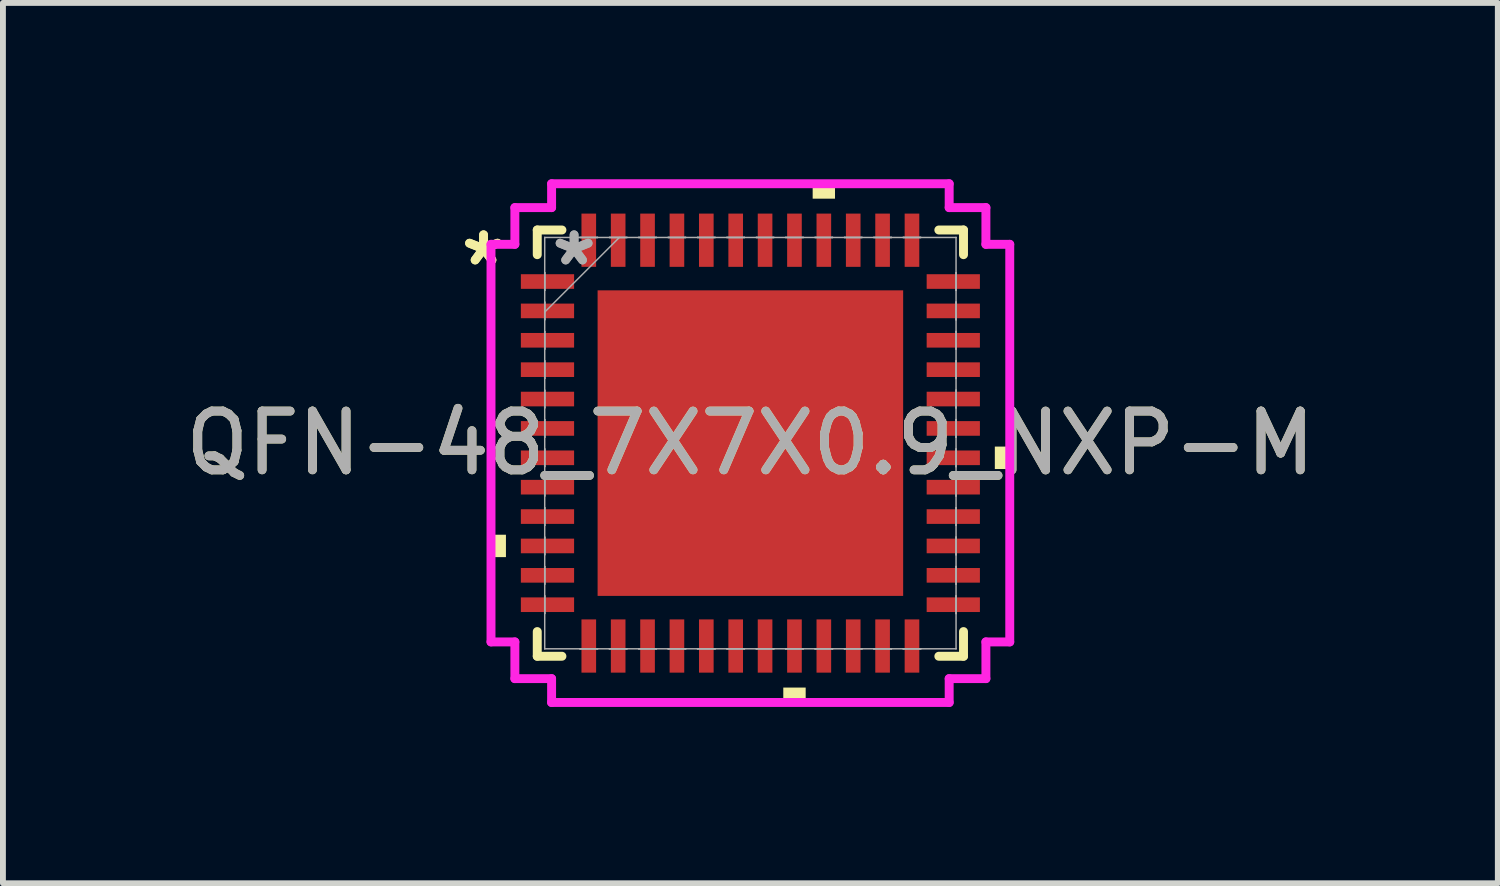
<source format=kicad_pcb>
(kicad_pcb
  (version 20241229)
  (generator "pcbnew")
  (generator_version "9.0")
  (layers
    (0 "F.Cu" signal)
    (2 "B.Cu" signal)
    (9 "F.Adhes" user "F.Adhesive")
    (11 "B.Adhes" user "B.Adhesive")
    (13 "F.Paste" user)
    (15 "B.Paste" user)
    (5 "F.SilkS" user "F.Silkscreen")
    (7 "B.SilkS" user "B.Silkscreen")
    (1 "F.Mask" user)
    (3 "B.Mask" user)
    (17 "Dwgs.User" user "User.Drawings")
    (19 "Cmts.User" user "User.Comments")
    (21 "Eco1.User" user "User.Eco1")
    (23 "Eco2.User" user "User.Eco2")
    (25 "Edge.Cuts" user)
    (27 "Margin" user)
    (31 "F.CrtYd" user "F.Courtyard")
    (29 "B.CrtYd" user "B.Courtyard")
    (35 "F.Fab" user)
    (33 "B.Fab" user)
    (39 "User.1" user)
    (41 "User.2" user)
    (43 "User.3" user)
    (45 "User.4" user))
  (footprint "QFN-48_7X7X0.9_NXP-M"
    (layer "F.Cu")
    (at 9.72 4.491)
    (property "Reference" "QFN-48_7X7X0.9_NXP-M" (at 0 0 0) (unlocked yes) (layer "F.SilkS") (effects (font (size 1 1) (thickness 0.15))))
    (attr smd)
    (fp_line (start -3.627 -3.627) (end -3.627 -3.207) (stroke (width 0.152) (type solid)) (layer "F.SilkS"))
    (fp_line (start -3.627 3.207) (end -3.627 3.627) (stroke (width 0.152) (type solid)) (layer "F.SilkS"))
    (fp_line (start -3.627 3.627) (end -3.207 3.627) (stroke (width 0.152) (type solid)) (layer "F.SilkS"))
    (fp_line (start -3.207 -3.627) (end -3.627 -3.627) (stroke (width 0.152) (type solid)) (layer "F.SilkS"))
    (fp_line (start 3.207 3.627) (end 3.627 3.627) (stroke (width 0.152) (type solid)) (layer "F.SilkS"))
    (fp_line (start 3.627 -3.627) (end 3.207 -3.627) (stroke (width 0.152) (type solid)) (layer "F.SilkS"))
    (fp_line (start 3.627 -3.207) (end 3.627 -3.627) (stroke (width 0.152) (type solid)) (layer "F.SilkS"))
    (fp_line (start 3.627 3.627) (end 3.627 3.207) (stroke (width 0.152) (type solid)) (layer "F.SilkS"))
    (fp_poly (pts (xy -4.414 1.559) (xy -4.414 1.94) (xy -4.16 1.94) (xy -4.16 1.559)) (stroke (width 0) (type solid)) (fill yes) (layer "F.SilkS"))
    (fp_poly (pts (xy 0.56 4.16) (xy 0.56 4.414) (xy 0.941 4.414) (xy 0.941 4.16)) (stroke (width 0) (type solid)) (fill yes) (layer "F.SilkS"))
    (fp_poly (pts (xy 1.06 -4.16) (xy 1.06 -4.414) (xy 1.44 -4.414) (xy 1.44 -4.16)) (stroke (width 0) (type solid)) (fill yes) (layer "F.SilkS"))
    (fp_poly (pts (xy 4.414 0.059) (xy 4.414 0.441) (xy 4.16 0.441) (xy 4.16 0.059)) (stroke (width 0) (type solid)) (fill yes) (layer "F.SilkS"))
    (fp_poly (pts (xy -2.5 -2.5) (xy -2.5 -1.4) (xy -1.4 -1.4) (xy -1.4 -2.5)) (stroke (width 0) (type solid)) (fill yes) (layer "F.Paste"))
    (fp_poly (pts (xy -2.5 -1.2) (xy -2.5 -0.1) (xy -1.4 -0.1) (xy -1.4 -1.2)) (stroke (width 0) (type solid)) (fill yes) (layer "F.Paste"))
    (fp_poly (pts (xy -2.5 0.1) (xy -2.5 1.2) (xy -1.4 1.2) (xy -1.4 0.1)) (stroke (width 0) (type solid)) (fill yes) (layer "F.Paste"))
    (fp_poly (pts (xy -2.5 1.4) (xy -2.5 2.5) (xy -1.4 2.5) (xy -1.4 1.4)) (stroke (width 0) (type solid)) (fill yes) (layer "F.Paste"))
    (fp_poly (pts (xy -1.2 -2.5) (xy -1.2 -1.4) (xy -0.1 -1.4) (xy -0.1 -2.5)) (stroke (width 0) (type solid)) (fill yes) (layer "F.Paste"))
    (fp_poly (pts (xy -1.2 -1.2) (xy -1.2 -0.1) (xy -0.1 -0.1) (xy -0.1 -1.2)) (stroke (width 0) (type solid)) (fill yes) (layer "F.Paste"))
    (fp_poly (pts (xy -1.2 0.1) (xy -1.2 1.2) (xy -0.1 1.2) (xy -0.1 0.1)) (stroke (width 0) (type solid)) (fill yes) (layer "F.Paste"))
    (fp_poly (pts (xy -1.2 1.4) (xy -1.2 2.5) (xy -0.1 2.5) (xy -0.1 1.4)) (stroke (width 0) (type solid)) (fill yes) (layer "F.Paste"))
    (fp_poly (pts (xy 0.1 -2.5) (xy 0.1 -1.4) (xy 1.2 -1.4) (xy 1.2 -2.5)) (stroke (width 0) (type solid)) (fill yes) (layer "F.Paste"))
    (fp_poly (pts (xy 0.1 -1.2) (xy 0.1 -0.1) (xy 1.2 -0.1) (xy 1.2 -1.2)) (stroke (width 0) (type solid)) (fill yes) (layer "F.Paste"))
    (fp_poly (pts (xy 0.1 0.1) (xy 0.1 1.2) (xy 1.2 1.2) (xy 1.2 0.1)) (stroke (width 0) (type solid)) (fill yes) (layer "F.Paste"))
    (fp_poly (pts (xy 0.1 1.4) (xy 0.1 2.5) (xy 1.2 2.5) (xy 1.2 1.4)) (stroke (width 0) (type solid)) (fill yes) (layer "F.Paste"))
    (fp_poly (pts (xy 1.4 -2.5) (xy 1.4 -1.4) (xy 2.5 -1.4) (xy 2.5 -2.5)) (stroke (width 0) (type solid)) (fill yes) (layer "F.Paste"))
    (fp_poly (pts (xy 1.4 -1.2) (xy 1.4 -0.1) (xy 2.5 -0.1) (xy 2.5 -1.2)) (stroke (width 0) (type solid)) (fill yes) (layer "F.Paste"))
    (fp_poly (pts (xy 1.4 0.1) (xy 1.4 1.2) (xy 2.5 1.2) (xy 2.5 0.1)) (stroke (width 0) (type solid)) (fill yes) (layer "F.Paste"))
    (fp_poly (pts (xy 1.4 1.4) (xy 1.4 2.5) (xy 2.5 2.5) (xy 2.5 1.4)) (stroke (width 0) (type solid)) (fill yes) (layer "F.Paste"))
    (fp_line (start -4.414 -3.383) (end -4.008 -3.383) (stroke (width 0.152) (type solid)) (layer "F.CrtYd"))
    (fp_line (start -4.414 3.383) (end -4.414 -3.383) (stroke (width 0.152) (type solid)) (layer "F.CrtYd"))
    (fp_line (start -4.008 -4.008) (end -3.383 -4.008) (stroke (width 0.152) (type solid)) (layer "F.CrtYd"))
    (fp_line (start -4.008 -3.383) (end -4.008 -4.008) (stroke (width 0.152) (type solid)) (layer "F.CrtYd"))
    (fp_line (start -4.008 3.383) (end -4.414 3.383) (stroke (width 0.152) (type solid)) (layer "F.CrtYd"))
    (fp_line (start -4.008 4.008) (end -4.008 3.383) (stroke (width 0.152) (type solid)) (layer "F.CrtYd"))
    (fp_line (start -3.383 -4.414) (end 3.383 -4.414) (stroke (width 0.152) (type solid)) (layer "F.CrtYd"))
    (fp_line (start -3.383 -4.008) (end -3.383 -4.414) (stroke (width 0.152) (type solid)) (layer "F.CrtYd"))
    (fp_line (start -3.383 4.008) (end -4.008 4.008) (stroke (width 0.152) (type solid)) (layer "F.CrtYd"))
    (fp_line (start -3.383 4.414) (end -3.383 4.008) (stroke (width 0.152) (type solid)) (layer "F.CrtYd"))
    (fp_line (start 3.383 -4.414) (end 3.383 -4.008) (stroke (width 0.152) (type solid)) (layer "F.CrtYd"))
    (fp_line (start 3.383 -4.008) (end 4.008 -4.008) (stroke (width 0.152) (type solid)) (layer "F.CrtYd"))
    (fp_line (start 3.383 4.008) (end 3.383 4.414) (stroke (width 0.152) (type solid)) (layer "F.CrtYd"))
    (fp_line (start 3.383 4.414) (end -3.383 4.414) (stroke (width 0.152) (type solid)) (layer "F.CrtYd"))
    (fp_line (start 4.008 -4.008) (end 4.008 -3.383) (stroke (width 0.152) (type solid)) (layer "F.CrtYd"))
    (fp_line (start 4.008 -3.383) (end 4.414 -3.383) (stroke (width 0.152) (type solid)) (layer "F.CrtYd"))
    (fp_line (start 4.008 3.383) (end 4.008 4.008) (stroke (width 0.152) (type solid)) (layer "F.CrtYd"))
    (fp_line (start 4.008 4.008) (end 3.383 4.008) (stroke (width 0.152) (type solid)) (layer "F.CrtYd"))
    (fp_line (start 4.414 -3.383) (end 4.414 3.383) (stroke (width 0.152) (type solid)) (layer "F.CrtYd"))
    (fp_line (start 4.414 3.383) (end 4.008 3.383) (stroke (width 0.152) (type solid)) (layer "F.CrtYd"))
    (fp_line (start -3.5 -3.5) (end -3.5 -3.5) (stroke (width 0.025) (type solid)) (layer "F.Fab"))
    (fp_line (start -3.5 -3.5) (end -3.5 3.5) (stroke (width 0.025) (type solid)) (layer "F.Fab"))
    (fp_line (start -3.5 -2.9) (end -3.5 -2.9) (stroke (width 0.025) (type solid)) (layer "F.Fab"))
    (fp_line (start -3.5 -2.9) (end -3.5 -2.6) (stroke (width 0.025) (type solid)) (layer "F.Fab"))
    (fp_line (start -3.5 -2.6) (end -3.5 -2.9) (stroke (width 0.025) (type solid)) (layer "F.Fab"))
    (fp_line (start -3.5 -2.6) (end -3.5 -2.6) (stroke (width 0.025) (type solid)) (layer "F.Fab"))
    (fp_line (start -3.5 -2.4) (end -3.5 -2.4) (stroke (width 0.025) (type solid)) (layer "F.Fab"))
    (fp_line (start -3.5 -2.4) (end -3.5 -2.1) (stroke (width 0.025) (type solid)) (layer "F.Fab"))
    (fp_line (start -3.5 -2.23) (end -2.23 -3.5) (stroke (width 0.025) (type solid)) (layer "F.Fab"))
    (fp_line (start -3.5 -2.1) (end -3.5 -2.4) (stroke (width 0.025) (type solid)) (layer "F.Fab"))
    (fp_line (start -3.5 -2.1) (end -3.5 -2.1) (stroke (width 0.025) (type solid)) (layer "F.Fab"))
    (fp_line (start -3.5 -1.9) (end -3.5 -1.9) (stroke (width 0.025) (type solid)) (layer "F.Fab"))
    (fp_line (start -3.5 -1.9) (end -3.5 -1.6) (stroke (width 0.025) (type solid)) (layer "F.Fab"))
    (fp_line (start -3.5 -1.6) (end -3.5 -1.9) (stroke (width 0.025) (type solid)) (layer "F.Fab"))
    (fp_line (start -3.5 -1.6) (end -3.5 -1.6) (stroke (width 0.025) (type solid)) (layer "F.Fab"))
    (fp_line (start -3.5 -1.4) (end -3.5 -1.4) (stroke (width 0.025) (type solid)) (layer "F.Fab"))
    (fp_line (start -3.5 -1.4) (end -3.5 -1.1) (stroke (width 0.025) (type solid)) (layer "F.Fab"))
    (fp_line (start -3.5 -1.1) (end -3.5 -1.4) (stroke (width 0.025) (type solid)) (layer "F.Fab"))
    (fp_line (start -3.5 -1.1) (end -3.5 -1.1) (stroke (width 0.025) (type solid)) (layer "F.Fab"))
    (fp_line (start -3.5 -0.9) (end -3.5 -0.9) (stroke (width 0.025) (type solid)) (layer "F.Fab"))
    (fp_line (start -3.5 -0.9) (end -3.5 -0.6) (stroke (width 0.025) (type solid)) (layer "F.Fab"))
    (fp_line (start -3.5 -0.6) (end -3.5 -0.9) (stroke (width 0.025) (type solid)) (layer "F.Fab"))
    (fp_line (start -3.5 -0.6) (end -3.5 -0.6) (stroke (width 0.025) (type solid)) (layer "F.Fab"))
    (fp_line (start -3.5 -0.4) (end -3.5 -0.4) (stroke (width 0.025) (type solid)) (layer "F.Fab"))
    (fp_line (start -3.5 -0.4) (end -3.5 -0.1) (stroke (width 0.025) (type solid)) (layer "F.Fab"))
    (fp_line (start -3.5 -0.1) (end -3.5 -0.4) (stroke (width 0.025) (type solid)) (layer "F.Fab"))
    (fp_line (start -3.5 -0.1) (end -3.5 -0.1) (stroke (width 0.025) (type solid)) (layer "F.Fab"))
    (fp_line (start -3.5 0.1) (end -3.5 0.1) (stroke (width 0.025) (type solid)) (layer "F.Fab"))
    (fp_line (start -3.5 0.1) (end -3.5 0.4) (stroke (width 0.025) (type solid)) (layer "F.Fab"))
    (fp_line (start -3.5 0.4) (end -3.5 0.1) (stroke (width 0.025) (type solid)) (layer "F.Fab"))
    (fp_line (start -3.5 0.4) (end -3.5 0.4) (stroke (width 0.025) (type solid)) (layer "F.Fab"))
    (fp_line (start -3.5 0.6) (end -3.5 0.6) (stroke (width 0.025) (type solid)) (layer "F.Fab"))
    (fp_line (start -3.5 0.6) (end -3.5 0.9) (stroke (width 0.025) (type solid)) (layer "F.Fab"))
    (fp_line (start -3.5 0.9) (end -3.5 0.6) (stroke (width 0.025) (type solid)) (layer "F.Fab"))
    (fp_line (start -3.5 0.9) (end -3.5 0.9) (stroke (width 0.025) (type solid)) (layer "F.Fab"))
    (fp_line (start -3.5 1.1) (end -3.5 1.1) (stroke (width 0.025) (type solid)) (layer "F.Fab"))
    (fp_line (start -3.5 1.1) (end -3.5 1.4) (stroke (width 0.025) (type solid)) (layer "F.Fab"))
    (fp_line (start -3.5 1.4) (end -3.5 1.1) (stroke (width 0.025) (type solid)) (layer "F.Fab"))
    (fp_line (start -3.5 1.4) (end -3.5 1.4) (stroke (width 0.025) (type solid)) (layer "F.Fab"))
    (fp_line (start -3.5 1.6) (end -3.5 1.6) (stroke (width 0.025) (type solid)) (layer "F.Fab"))
    (fp_line (start -3.5 1.6) (end -3.5 1.9) (stroke (width 0.025) (type solid)) (layer "F.Fab"))
    (fp_line (start -3.5 1.9) (end -3.5 1.6) (stroke (width 0.025) (type solid)) (layer "F.Fab"))
    (fp_line (start -3.5 1.9) (end -3.5 1.9) (stroke (width 0.025) (type solid)) (layer "F.Fab"))
    (fp_line (start -3.5 2.1) (end -3.5 2.1) (stroke (width 0.025) (type solid)) (layer "F.Fab"))
    (fp_line (start -3.5 2.1) (end -3.5 2.4) (stroke (width 0.025) (type solid)) (layer "F.Fab"))
    (fp_line (start -3.5 2.4) (end -3.5 2.1) (stroke (width 0.025) (type solid)) (layer "F.Fab"))
    (fp_line (start -3.5 2.4) (end -3.5 2.4) (stroke (width 0.025) (type solid)) (layer "F.Fab"))
    (fp_line (start -3.5 2.6) (end -3.5 2.6) (stroke (width 0.025) (type solid)) (layer "F.Fab"))
    (fp_line (start -3.5 2.6) (end -3.5 2.9) (stroke (width 0.025) (type solid)) (layer "F.Fab"))
    (fp_line (start -3.5 2.9) (end -3.5 2.6) (stroke (width 0.025) (type solid)) (layer "F.Fab"))
    (fp_line (start -3.5 2.9) (end -3.5 2.9) (stroke (width 0.025) (type solid)) (layer "F.Fab"))
    (fp_line (start -3.5 3.5) (end -3.5 3.5) (stroke (width 0.025) (type solid)) (layer "F.Fab"))
    (fp_line (start -3.5 3.5) (end 3.5 3.5) (stroke (width 0.025) (type solid)) (layer "F.Fab"))
    (fp_line (start -2.9 -3.5) (end -2.9 -3.5) (stroke (width 0.025) (type solid)) (layer "F.Fab"))
    (fp_line (start -2.9 -3.5) (end -2.6 -3.5) (stroke (width 0.025) (type solid)) (layer "F.Fab"))
    (fp_line (start -2.9 3.5) (end -2.9 3.5) (stroke (width 0.025) (type solid)) (layer "F.Fab"))
    (fp_line (start -2.9 3.5) (end -2.6 3.5) (stroke (width 0.025) (type solid)) (layer "F.Fab"))
    (fp_line (start -2.6 -3.5) (end -2.9 -3.5) (stroke (width 0.025) (type solid)) (layer "F.Fab"))
    (fp_line (start -2.6 -3.5) (end -2.6 -3.5) (stroke (width 0.025) (type solid)) (layer "F.Fab"))
    (fp_line (start -2.6 3.5) (end -2.9 3.5) (stroke (width 0.025) (type solid)) (layer "F.Fab"))
    (fp_line (start -2.6 3.5) (end -2.6 3.5) (stroke (width 0.025) (type solid)) (layer "F.Fab"))
    (fp_line (start -2.4 -3.5) (end -2.4 -3.5) (stroke (width 0.025) (type solid)) (layer "F.Fab"))
    (fp_line (start -2.4 -3.5) (end -2.1 -3.5) (stroke (width 0.025) (type solid)) (layer "F.Fab"))
    (fp_line (start -2.4 3.5) (end -2.4 3.5) (stroke (width 0.025) (type solid)) (layer "F.Fab"))
    (fp_line (start -2.4 3.5) (end -2.1 3.5) (stroke (width 0.025) (type solid)) (layer "F.Fab"))
    (fp_line (start -2.1 -3.5) (end -2.4 -3.5) (stroke (width 0.025) (type solid)) (layer "F.Fab"))
    (fp_line (start -2.1 -3.5) (end -2.1 -3.5) (stroke (width 0.025) (type solid)) (layer "F.Fab"))
    (fp_line (start -2.1 3.5) (end -2.4 3.5) (stroke (width 0.025) (type solid)) (layer "F.Fab"))
    (fp_line (start -2.1 3.5) (end -2.1 3.5) (stroke (width 0.025) (type solid)) (layer "F.Fab"))
    (fp_line (start -1.9 -3.5) (end -1.9 -3.5) (stroke (width 0.025) (type solid)) (layer "F.Fab"))
    (fp_line (start -1.9 -3.5) (end -1.6 -3.5) (stroke (width 0.025) (type solid)) (layer "F.Fab"))
    (fp_line (start -1.9 3.5) (end -1.9 3.5) (stroke (width 0.025) (type solid)) (layer "F.Fab"))
    (fp_line (start -1.9 3.5) (end -1.6 3.5) (stroke (width 0.025) (type solid)) (layer "F.Fab"))
    (fp_line (start -1.6 -3.5) (end -1.9 -3.5) (stroke (width 0.025) (type solid)) (layer "F.Fab"))
    (fp_line (start -1.6 -3.5) (end -1.6 -3.5) (stroke (width 0.025) (type solid)) (layer "F.Fab"))
    (fp_line (start -1.6 3.5) (end -1.9 3.5) (stroke (width 0.025) (type solid)) (layer "F.Fab"))
    (fp_line (start -1.6 3.5) (end -1.6 3.5) (stroke (width 0.025) (type solid)) (layer "F.Fab"))
    (fp_line (start -1.4 -3.5) (end -1.4 -3.5) (stroke (width 0.025) (type solid)) (layer "F.Fab"))
    (fp_line (start -1.4 -3.5) (end -1.1 -3.5) (stroke (width 0.025) (type solid)) (layer "F.Fab"))
    (fp_line (start -1.4 3.5) (end -1.4 3.5) (stroke (width 0.025) (type solid)) (layer "F.Fab"))
    (fp_line (start -1.4 3.5) (end -1.1 3.5) (stroke (width 0.025) (type solid)) (layer "F.Fab"))
    (fp_line (start -1.1 -3.5) (end -1.4 -3.5) (stroke (width 0.025) (type solid)) (layer "F.Fab"))
    (fp_line (start -1.1 -3.5) (end -1.1 -3.5) (stroke (width 0.025) (type solid)) (layer "F.Fab"))
    (fp_line (start -1.1 3.5) (end -1.4 3.5) (stroke (width 0.025) (type solid)) (layer "F.Fab"))
    (fp_line (start -1.1 3.5) (end -1.1 3.5) (stroke (width 0.025) (type solid)) (layer "F.Fab"))
    (fp_line (start -0.9 -3.5) (end -0.9 -3.5) (stroke (width 0.025) (type solid)) (layer "F.Fab"))
    (fp_line (start -0.9 -3.5) (end -0.6 -3.5) (stroke (width 0.025) (type solid)) (layer "F.Fab"))
    (fp_line (start -0.9 3.5) (end -0.9 3.5) (stroke (width 0.025) (type solid)) (layer "F.Fab"))
    (fp_line (start -0.9 3.5) (end -0.6 3.5) (stroke (width 0.025) (type solid)) (layer "F.Fab"))
    (fp_line (start -0.6 -3.5) (end -0.9 -3.5) (stroke (width 0.025) (type solid)) (layer "F.Fab"))
    (fp_line (start -0.6 -3.5) (end -0.6 -3.5) (stroke (width 0.025) (type solid)) (layer "F.Fab"))
    (fp_line (start -0.6 3.5) (end -0.9 3.5) (stroke (width 0.025) (type solid)) (layer "F.Fab"))
    (fp_line (start -0.6 3.5) (end -0.6 3.5) (stroke (width 0.025) (type solid)) (layer "F.Fab"))
    (fp_line (start -0.4 -3.5) (end -0.4 -3.5) (stroke (width 0.025) (type solid)) (layer "F.Fab"))
    (fp_line (start -0.4 -3.5) (end -0.1 -3.5) (stroke (width 0.025) (type solid)) (layer "F.Fab"))
    (fp_line (start -0.4 3.5) (end -0.4 3.5) (stroke (width 0.025) (type solid)) (layer "F.Fab"))
    (fp_line (start -0.4 3.5) (end -0.1 3.5) (stroke (width 0.025) (type solid)) (layer "F.Fab"))
    (fp_line (start -0.1 -3.5) (end -0.4 -3.5) (stroke (width 0.025) (type solid)) (layer "F.Fab"))
    (fp_line (start -0.1 -3.5) (end -0.1 -3.5) (stroke (width 0.025) (type solid)) (layer "F.Fab"))
    (fp_line (start -0.1 3.5) (end -0.4 3.5) (stroke (width 0.025) (type solid)) (layer "F.Fab"))
    (fp_line (start -0.1 3.5) (end -0.1 3.5) (stroke (width 0.025) (type solid)) (layer "F.Fab"))
    (fp_line (start 0.1 -3.5) (end 0.1 -3.5) (stroke (width 0.025) (type solid)) (layer "F.Fab"))
    (fp_line (start 0.1 -3.5) (end 0.4 -3.5) (stroke (width 0.025) (type solid)) (layer "F.Fab"))
    (fp_line (start 0.1 3.5) (end 0.1 3.5) (stroke (width 0.025) (type solid)) (layer "F.Fab"))
    (fp_line (start 0.1 3.5) (end 0.4 3.5) (stroke (width 0.025) (type solid)) (layer "F.Fab"))
    (fp_line (start 0.4 -3.5) (end 0.1 -3.5) (stroke (width 0.025) (type solid)) (layer "F.Fab"))
    (fp_line (start 0.4 -3.5) (end 0.4 -3.5) (stroke (width 0.025) (type solid)) (layer "F.Fab"))
    (fp_line (start 0.4 3.5) (end 0.1 3.5) (stroke (width 0.025) (type solid)) (layer "F.Fab"))
    (fp_line (start 0.4 3.5) (end 0.4 3.5) (stroke (width 0.025) (type solid)) (layer "F.Fab"))
    (fp_line (start 0.6 -3.5) (end 0.6 -3.5) (stroke (width 0.025) (type solid)) (layer "F.Fab"))
    (fp_line (start 0.6 -3.5) (end 0.9 -3.5) (stroke (width 0.025) (type solid)) (layer "F.Fab"))
    (fp_line (start 0.6 3.5) (end 0.6 3.5) (stroke (width 0.025) (type solid)) (layer "F.Fab"))
    (fp_line (start 0.6 3.5) (end 0.9 3.5) (stroke (width 0.025) (type solid)) (layer "F.Fab"))
    (fp_line (start 0.9 -3.5) (end 0.6 -3.5) (stroke (width 0.025) (type solid)) (layer "F.Fab"))
    (fp_line (start 0.9 -3.5) (end 0.9 -3.5) (stroke (width 0.025) (type solid)) (layer "F.Fab"))
    (fp_line (start 0.9 3.5) (end 0.6 3.5) (stroke (width 0.025) (type solid)) (layer "F.Fab"))
    (fp_line (start 0.9 3.5) (end 0.9 3.5) (stroke (width 0.025) (type solid)) (layer "F.Fab"))
    (fp_line (start 1.1 -3.5) (end 1.1 -3.5) (stroke (width 0.025) (type solid)) (layer "F.Fab"))
    (fp_line (start 1.1 -3.5) (end 1.4 -3.5) (stroke (width 0.025) (type solid)) (layer "F.Fab"))
    (fp_line (start 1.1 3.5) (end 1.1 3.5) (stroke (width 0.025) (type solid)) (layer "F.Fab"))
    (fp_line (start 1.1 3.5) (end 1.4 3.5) (stroke (width 0.025) (type solid)) (layer "F.Fab"))
    (fp_line (start 1.4 -3.5) (end 1.1 -3.5) (stroke (width 0.025) (type solid)) (layer "F.Fab"))
    (fp_line (start 1.4 -3.5) (end 1.4 -3.5) (stroke (width 0.025) (type solid)) (layer "F.Fab"))
    (fp_line (start 1.4 3.5) (end 1.1 3.5) (stroke (width 0.025) (type solid)) (layer "F.Fab"))
    (fp_line (start 1.4 3.5) (end 1.4 3.5) (stroke (width 0.025) (type solid)) (layer "F.Fab"))
    (fp_line (start 1.6 -3.5) (end 1.6 -3.5) (stroke (width 0.025) (type solid)) (layer "F.Fab"))
    (fp_line (start 1.6 -3.5) (end 1.9 -3.5) (stroke (width 0.025) (type solid)) (layer "F.Fab"))
    (fp_line (start 1.6 3.5) (end 1.6 3.5) (stroke (width 0.025) (type solid)) (layer "F.Fab"))
    (fp_line (start 1.6 3.5) (end 1.9 3.5) (stroke (width 0.025) (type solid)) (layer "F.Fab"))
    (fp_line (start 1.9 -3.5) (end 1.6 -3.5) (stroke (width 0.025) (type solid)) (layer "F.Fab"))
    (fp_line (start 1.9 -3.5) (end 1.9 -3.5) (stroke (width 0.025) (type solid)) (layer "F.Fab"))
    (fp_line (start 1.9 3.5) (end 1.6 3.5) (stroke (width 0.025) (type solid)) (layer "F.Fab"))
    (fp_line (start 1.9 3.5) (end 1.9 3.5) (stroke (width 0.025) (type solid)) (layer "F.Fab"))
    (fp_line (start 2.1 -3.5) (end 2.1 -3.5) (stroke (width 0.025) (type solid)) (layer "F.Fab"))
    (fp_line (start 2.1 -3.5) (end 2.4 -3.5) (stroke (width 0.025) (type solid)) (layer "F.Fab"))
    (fp_line (start 2.1 3.5) (end 2.1 3.5) (stroke (width 0.025) (type solid)) (layer "F.Fab"))
    (fp_line (start 2.1 3.5) (end 2.4 3.5) (stroke (width 0.025) (type solid)) (layer "F.Fab"))
    (fp_line (start 2.4 -3.5) (end 2.1 -3.5) (stroke (width 0.025) (type solid)) (layer "F.Fab"))
    (fp_line (start 2.4 -3.5) (end 2.4 -3.5) (stroke (width 0.025) (type solid)) (layer "F.Fab"))
    (fp_line (start 2.4 3.5) (end 2.1 3.5) (stroke (width 0.025) (type solid)) (layer "F.Fab"))
    (fp_line (start 2.4 3.5) (end 2.4 3.5) (stroke (width 0.025) (type solid)) (layer "F.Fab"))
    (fp_line (start 2.6 -3.5) (end 2.6 -3.5) (stroke (width 0.025) (type solid)) (layer "F.Fab"))
    (fp_line (start 2.6 -3.5) (end 2.9 -3.5) (stroke (width 0.025) (type solid)) (layer "F.Fab"))
    (fp_line (start 2.6 3.5) (end 2.6 3.5) (stroke (width 0.025) (type solid)) (layer "F.Fab"))
    (fp_line (start 2.6 3.5) (end 2.9 3.5) (stroke (width 0.025) (type solid)) (layer "F.Fab"))
    (fp_line (start 2.9 -3.5) (end 2.6 -3.5) (stroke (width 0.025) (type solid)) (layer "F.Fab"))
    (fp_line (start 2.9 -3.5) (end 2.9 -3.5) (stroke (width 0.025) (type solid)) (layer "F.Fab"))
    (fp_line (start 2.9 3.5) (end 2.6 3.5) (stroke (width 0.025) (type solid)) (layer "F.Fab"))
    (fp_line (start 2.9 3.5) (end 2.9 3.5) (stroke (width 0.025) (type solid)) (layer "F.Fab"))
    (fp_line (start 3.5 -3.5) (end -3.5 -3.5) (stroke (width 0.025) (type solid)) (layer "F.Fab"))
    (fp_line (start 3.5 -3.5) (end 3.5 -3.5) (stroke (width 0.025) (type solid)) (layer "F.Fab"))
    (fp_line (start 3.5 -2.9) (end 3.5 -2.9) (stroke (width 0.025) (type solid)) (layer "F.Fab"))
    (fp_line (start 3.5 -2.9) (end 3.5 -2.6) (stroke (width 0.025) (type solid)) (layer "F.Fab"))
    (fp_line (start 3.5 -2.6) (end 3.5 -2.9) (stroke (width 0.025) (type solid)) (layer "F.Fab"))
    (fp_line (start 3.5 -2.6) (end 3.5 -2.6) (stroke (width 0.025) (type solid)) (layer "F.Fab"))
    (fp_line (start 3.5 -2.4) (end 3.5 -2.4) (stroke (width 0.025) (type solid)) (layer "F.Fab"))
    (fp_line (start 3.5 -2.4) (end 3.5 -2.1) (stroke (width 0.025) (type solid)) (layer "F.Fab"))
    (fp_line (start 3.5 -2.1) (end 3.5 -2.4) (stroke (width 0.025) (type solid)) (layer "F.Fab"))
    (fp_line (start 3.5 -2.1) (end 3.5 -2.1) (stroke (width 0.025) (type solid)) (layer "F.Fab"))
    (fp_line (start 3.5 -1.9) (end 3.5 -1.9) (stroke (width 0.025) (type solid)) (layer "F.Fab"))
    (fp_line (start 3.5 -1.9) (end 3.5 -1.6) (stroke (width 0.025) (type solid)) (layer "F.Fab"))
    (fp_line (start 3.5 -1.6) (end 3.5 -1.9) (stroke (width 0.025) (type solid)) (layer "F.Fab"))
    (fp_line (start 3.5 -1.6) (end 3.5 -1.6) (stroke (width 0.025) (type solid)) (layer "F.Fab"))
    (fp_line (start 3.5 -1.4) (end 3.5 -1.4) (stroke (width 0.025) (type solid)) (layer "F.Fab"))
    (fp_line (start 3.5 -1.4) (end 3.5 -1.1) (stroke (width 0.025) (type solid)) (layer "F.Fab"))
    (fp_line (start 3.5 -1.1) (end 3.5 -1.4) (stroke (width 0.025) (type solid)) (layer "F.Fab"))
    (fp_line (start 3.5 -1.1) (end 3.5 -1.1) (stroke (width 0.025) (type solid)) (layer "F.Fab"))
    (fp_line (start 3.5 -0.9) (end 3.5 -0.9) (stroke (width 0.025) (type solid)) (layer "F.Fab"))
    (fp_line (start 3.5 -0.9) (end 3.5 -0.6) (stroke (width 0.025) (type solid)) (layer "F.Fab"))
    (fp_line (start 3.5 -0.6) (end 3.5 -0.9) (stroke (width 0.025) (type solid)) (layer "F.Fab"))
    (fp_line (start 3.5 -0.6) (end 3.5 -0.6) (stroke (width 0.025) (type solid)) (layer "F.Fab"))
    (fp_line (start 3.5 -0.4) (end 3.5 -0.4) (stroke (width 0.025) (type solid)) (layer "F.Fab"))
    (fp_line (start 3.5 -0.4) (end 3.5 -0.1) (stroke (width 0.025) (type solid)) (layer "F.Fab"))
    (fp_line (start 3.5 -0.1) (end 3.5 -0.4) (stroke (width 0.025) (type solid)) (layer "F.Fab"))
    (fp_line (start 3.5 -0.1) (end 3.5 -0.1) (stroke (width 0.025) (type solid)) (layer "F.Fab"))
    (fp_line (start 3.5 0.1) (end 3.5 0.1) (stroke (width 0.025) (type solid)) (layer "F.Fab"))
    (fp_line (start 3.5 0.1) (end 3.5 0.4) (stroke (width 0.025) (type solid)) (layer "F.Fab"))
    (fp_line (start 3.5 0.4) (end 3.5 0.1) (stroke (width 0.025) (type solid)) (layer "F.Fab"))
    (fp_line (start 3.5 0.4) (end 3.5 0.4) (stroke (width 0.025) (type solid)) (layer "F.Fab"))
    (fp_line (start 3.5 0.6) (end 3.5 0.6) (stroke (width 0.025) (type solid)) (layer "F.Fab"))
    (fp_line (start 3.5 0.6) (end 3.5 0.9) (stroke (width 0.025) (type solid)) (layer "F.Fab"))
    (fp_line (start 3.5 0.9) (end 3.5 0.6) (stroke (width 0.025) (type solid)) (layer "F.Fab"))
    (fp_line (start 3.5 0.9) (end 3.5 0.9) (stroke (width 0.025) (type solid)) (layer "F.Fab"))
    (fp_line (start 3.5 1.1) (end 3.5 1.1) (stroke (width 0.025) (type solid)) (layer "F.Fab"))
    (fp_line (start 3.5 1.1) (end 3.5 1.4) (stroke (width 0.025) (type solid)) (layer "F.Fab"))
    (fp_line (start 3.5 1.4) (end 3.5 1.1) (stroke (width 0.025) (type solid)) (layer "F.Fab"))
    (fp_line (start 3.5 1.4) (end 3.5 1.4) (stroke (width 0.025) (type solid)) (layer "F.Fab"))
    (fp_line (start 3.5 1.6) (end 3.5 1.6) (stroke (width 0.025) (type solid)) (layer "F.Fab"))
    (fp_line (start 3.5 1.6) (end 3.5 1.9) (stroke (width 0.025) (type solid)) (layer "F.Fab"))
    (fp_line (start 3.5 1.9) (end 3.5 1.6) (stroke (width 0.025) (type solid)) (layer "F.Fab"))
    (fp_line (start 3.5 1.9) (end 3.5 1.9) (stroke (width 0.025) (type solid)) (layer "F.Fab"))
    (fp_line (start 3.5 2.1) (end 3.5 2.1) (stroke (width 0.025) (type solid)) (layer "F.Fab"))
    (fp_line (start 3.5 2.1) (end 3.5 2.4) (stroke (width 0.025) (type solid)) (layer "F.Fab"))
    (fp_line (start 3.5 2.4) (end 3.5 2.1) (stroke (width 0.025) (type solid)) (layer "F.Fab"))
    (fp_line (start 3.5 2.4) (end 3.5 2.4) (stroke (width 0.025) (type solid)) (layer "F.Fab"))
    (fp_line (start 3.5 2.6) (end 3.5 2.6) (stroke (width 0.025) (type solid)) (layer "F.Fab"))
    (fp_line (start 3.5 2.6) (end 3.5 2.9) (stroke (width 0.025) (type solid)) (layer "F.Fab"))
    (fp_line (start 3.5 2.9) (end 3.5 2.6) (stroke (width 0.025) (type solid)) (layer "F.Fab"))
    (fp_line (start 3.5 2.9) (end 3.5 2.9) (stroke (width 0.025) (type solid)) (layer "F.Fab"))
    (fp_line (start 3.5 3.5) (end 3.5 -3.5) (stroke (width 0.025) (type solid)) (layer "F.Fab"))
    (fp_line (start 3.5 3.5) (end 3.5 3.5) (stroke (width 0.025) (type solid)) (layer "F.Fab"))
    (fp_text user "*" (at -4.541 -3 0) (unlocked yes) (layer "F.SilkS") (effects (font (size 1 1) (thickness 0.15))))
    (fp_text user "*" (at -4.541 -3 0) (layer "F.SilkS") (effects (font (size 1 1) (thickness 0.15))))
    (fp_text user "*" (at -3 -3 0) (layer "F.Fab") (effects (font (size 1 1) (thickness 0.15))))
    (fp_text user "*" (at -3 -3 0) (unlocked yes) (layer "F.Fab") (effects (font (size 1 1) (thickness 0.15))))
    (fp_text user "${REFERENCE}" (at 0 0 0) (unlocked yes) (layer "F.Fab") (effects (font (size 1 1) (thickness 0.15))))
    (pad "1" smd rect (at -3.453 -2.75 90) (size 0.249 0.906) (layers "F.Cu" "F.Mask" "F.Paste"))
    (pad "2" smd rect (at -3.453 -2.25 90) (size 0.249 0.906) (layers "F.Cu" "F.Mask" "F.Paste"))
    (pad "3" smd rect (at -3.453 -1.75 90) (size 0.249 0.906) (layers "F.Cu" "F.Mask" "F.Paste"))
    (pad "4" smd rect (at -3.453 -1.25 90) (size 0.249 0.906) (layers "F.Cu" "F.Mask" "F.Paste"))
    (pad "5" smd rect (at -3.453 -0.75 90) (size 0.249 0.906) (layers "F.Cu" "F.Mask" "F.Paste"))
    (pad "6" smd rect (at -3.453 -0.25 90) (size 0.249 0.906) (layers "F.Cu" "F.Mask" "F.Paste"))
    (pad "7" smd rect (at -3.453 0.25 90) (size 0.249 0.906) (layers "F.Cu" "F.Mask" "F.Paste"))
    (pad "8" smd rect (at -3.453 0.75 90) (size 0.249 0.906) (layers "F.Cu" "F.Mask" "F.Paste"))
    (pad "9" smd rect (at -3.453 1.25 90) (size 0.249 0.906) (layers "F.Cu" "F.Mask" "F.Paste"))
    (pad "10" smd rect (at -3.453 1.75 90) (size 0.249 0.906) (layers "F.Cu" "F.Mask" "F.Paste"))
    (pad "11" smd rect (at -3.453 2.25 90) (size 0.249 0.906) (layers "F.Cu" "F.Mask" "F.Paste"))
    (pad "12" smd rect (at -3.453 2.75 90) (size 0.249 0.906) (layers "F.Cu" "F.Mask" "F.Paste"))
    (pad "13" smd rect (at -2.75 3.453) (size 0.249 0.906) (layers "F.Cu" "F.Mask" "F.Paste"))
    (pad "14" smd rect (at -2.25 3.453) (size 0.249 0.906) (layers "F.Cu" "F.Mask" "F.Paste"))
    (pad "15" smd rect (at -1.75 3.453) (size 0.249 0.906) (layers "F.Cu" "F.Mask" "F.Paste"))
    (pad "16" smd rect (at -1.25 3.453) (size 0.249 0.906) (layers "F.Cu" "F.Mask" "F.Paste"))
    (pad "17" smd rect (at -0.75 3.453) (size 0.249 0.906) (layers "F.Cu" "F.Mask" "F.Paste"))
    (pad "18" smd rect (at -0.25 3.453) (size 0.249 0.906) (layers "F.Cu" "F.Mask" "F.Paste"))
    (pad "19" smd rect (at 0.25 3.453) (size 0.249 0.906) (layers "F.Cu" "F.Mask" "F.Paste"))
    (pad "20" smd rect (at 0.75 3.453) (size 0.249 0.906) (layers "F.Cu" "F.Mask" "F.Paste"))
    (pad "21" smd rect (at 1.25 3.453) (size 0.249 0.906) (layers "F.Cu" "F.Mask" "F.Paste"))
    (pad "22" smd rect (at 1.75 3.453) (size 0.249 0.906) (layers "F.Cu" "F.Mask" "F.Paste"))
    (pad "23" smd rect (at 2.25 3.453) (size 0.249 0.906) (layers "F.Cu" "F.Mask" "F.Paste"))
    (pad "24" smd rect (at 2.75 3.453) (size 0.249 0.906) (layers "F.Cu" "F.Mask" "F.Paste"))
    (pad "25" smd rect (at 3.453 2.75 90) (size 0.249 0.906) (layers "F.Cu" "F.Mask" "F.Paste"))
    (pad "26" smd rect (at 3.453 2.25 90) (size 0.249 0.906) (layers "F.Cu" "F.Mask" "F.Paste"))
    (pad "27" smd rect (at 3.453 1.75 90) (size 0.249 0.906) (layers "F.Cu" "F.Mask" "F.Paste"))
    (pad "28" smd rect (at 3.453 1.25 90) (size 0.249 0.906) (layers "F.Cu" "F.Mask" "F.Paste"))
    (pad "29" smd rect (at 3.453 0.75 90) (size 0.249 0.906) (layers "F.Cu" "F.Mask" "F.Paste"))
    (pad "30" smd rect (at 3.453 0.25 90) (size 0.249 0.906) (layers "F.Cu" "F.Mask" "F.Paste"))
    (pad "31" smd rect (at 3.453 -0.25 90) (size 0.249 0.906) (layers "F.Cu" "F.Mask" "F.Paste"))
    (pad "32" smd rect (at 3.453 -0.75 90) (size 0.249 0.906) (layers "F.Cu" "F.Mask" "F.Paste"))
    (pad "33" smd rect (at 3.453 -1.25 90) (size 0.249 0.906) (layers "F.Cu" "F.Mask" "F.Paste"))
    (pad "34" smd rect (at 3.453 -1.75 90) (size 0.249 0.906) (layers "F.Cu" "F.Mask" "F.Paste"))
    (pad "35" smd rect (at 3.453 -2.25 90) (size 0.249 0.906) (layers "F.Cu" "F.Mask" "F.Paste"))
    (pad "36" smd rect (at 3.453 -2.75 90) (size 0.249 0.906) (layers "F.Cu" "F.Mask" "F.Paste"))
    (pad "37" smd rect (at 2.75 -3.453) (size 0.249 0.906) (layers "F.Cu" "F.Mask" "F.Paste"))
    (pad "38" smd rect (at 2.25 -3.453) (size 0.249 0.906) (layers "F.Cu" "F.Mask" "F.Paste"))
    (pad "39" smd rect (at 1.75 -3.453) (size 0.249 0.906) (layers "F.Cu" "F.Mask" "F.Paste"))
    (pad "40" smd rect (at 1.25 -3.453) (size 0.249 0.906) (layers "F.Cu" "F.Mask" "F.Paste"))
    (pad "41" smd rect (at 0.75 -3.453) (size 0.249 0.906) (layers "F.Cu" "F.Mask" "F.Paste"))
    (pad "42" smd rect (at 0.25 -3.453) (size 0.249 0.906) (layers "F.Cu" "F.Mask" "F.Paste"))
    (pad "43" smd rect (at -0.25 -3.453) (size 0.249 0.906) (layers "F.Cu" "F.Mask" "F.Paste"))
    (pad "44" smd rect (at -0.75 -3.453) (size 0.249 0.906) (layers "F.Cu" "F.Mask" "F.Paste"))
    (pad "45" smd rect (at -1.25 -3.453) (size 0.249 0.906) (layers "F.Cu" "F.Mask" "F.Paste"))
    (pad "46" smd rect (at -1.75 -3.453) (size 0.249 0.906) (layers "F.Cu" "F.Mask" "F.Paste"))
    (pad "47" smd rect (at -2.25 -3.453) (size 0.249 0.906) (layers "F.Cu" "F.Mask" "F.Paste"))
    (pad "48" smd rect (at -2.75 -3.453) (size 0.249 0.906) (layers "F.Cu" "F.Mask" "F.Paste"))
    (pad "49" smd rect (at 0 0) (size 5.2 5.2) (layers "F.Cu" "F.Mask")))
  (gr_rect
    (start -3 -3)
    (end 22.44 11.981)
    (stroke (width 0.1) (type default))
    (fill no)
    (layer "Edge.Cuts")))
</source>
